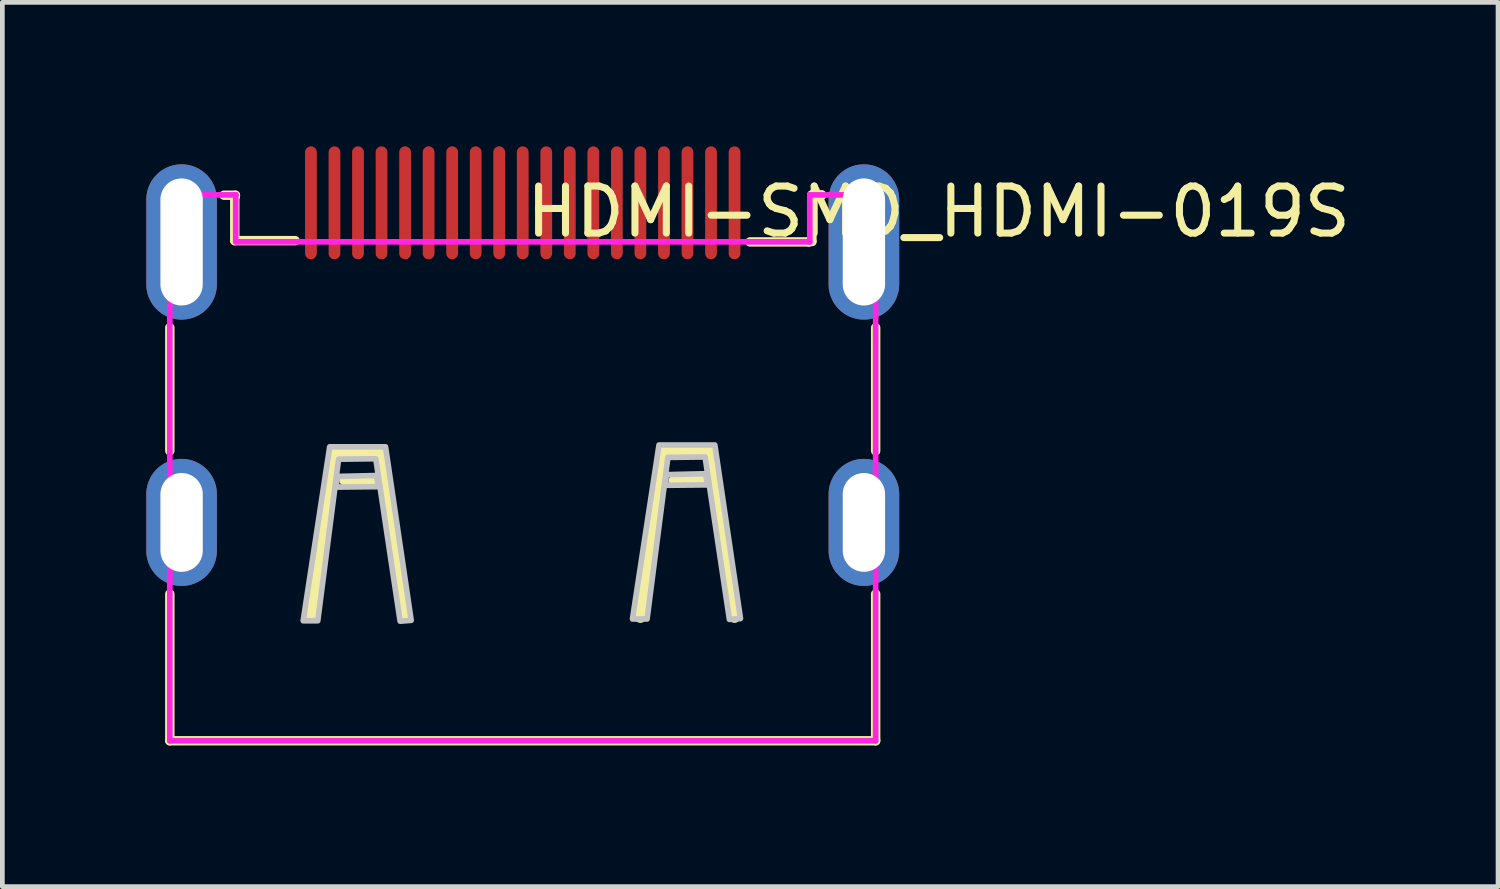
<source format=kicad_pcb>
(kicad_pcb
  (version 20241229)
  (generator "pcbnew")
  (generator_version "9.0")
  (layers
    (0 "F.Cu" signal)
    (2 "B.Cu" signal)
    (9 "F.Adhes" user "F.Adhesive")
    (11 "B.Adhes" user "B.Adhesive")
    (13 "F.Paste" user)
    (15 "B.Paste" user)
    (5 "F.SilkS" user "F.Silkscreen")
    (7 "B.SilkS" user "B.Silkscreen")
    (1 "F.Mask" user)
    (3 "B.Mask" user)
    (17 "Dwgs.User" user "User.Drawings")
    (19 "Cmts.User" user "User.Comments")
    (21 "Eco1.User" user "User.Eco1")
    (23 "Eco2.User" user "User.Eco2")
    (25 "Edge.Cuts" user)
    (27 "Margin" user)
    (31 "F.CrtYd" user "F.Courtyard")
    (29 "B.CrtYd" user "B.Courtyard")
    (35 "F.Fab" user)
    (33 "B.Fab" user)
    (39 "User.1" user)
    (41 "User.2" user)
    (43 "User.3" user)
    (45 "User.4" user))
  (footprint "HDMI-SMD_HDMI-019S"
    (layer "F.Cu")
    (at 8.059 4.656)
    (property "Reference" "HDMI-SMD_HDMI-019S" (at 0 -3.207 0) (layer "F.SilkS") (effects (font (size 1 1) (thickness 0.15)) (justify left)))
    (attr through_hole)
    (fp_line (start -7.5 1.875) (end -7.5 -0.743) (stroke (width 0.2) (type solid)) (layer "F.SilkS"))
    (fp_line (start -7.5 8.036) (end -7.5 4.917) (stroke (width 0.2) (type solid)) (layer "F.SilkS"))
    (fp_line (start -7.5 8.036) (end 7.5 8.036) (stroke (width 0.2) (type solid)) (layer "F.SilkS"))
    (fp_line (start -6.35 -3.557) (end -6.107 -3.557) (stroke (width 0.2) (type solid)) (layer "F.SilkS"))
    (fp_line (start -6.12 -3.545) (end -6.12 -2.592) (stroke (width 0.2) (type solid)) (layer "F.SilkS"))
    (fp_line (start -6.12 -2.592) (end -4.837 -2.592) (stroke (width 0.2) (type solid)) (layer "F.SilkS"))
    (fp_line (start -6.107 -3.557) (end -6.107 -3.545) (stroke (width 0.2) (type solid)) (layer "F.SilkS"))
    (fp_line (start -6.107 -3.545) (end -6.12 -3.545) (stroke (width 0.2) (type solid)) (layer "F.SilkS"))
    (fp_line (start -4 1.904) (end -4.5 5.404) (stroke (width 0.254) (type solid)) (layer "F.SilkS"))
    (fp_line (start -3.2 2.504) (end -3.8 2.504) (stroke (width 0.2) (type solid)) (layer "F.SilkS"))
    (fp_line (start -3 1.904) (end -4 1.904) (stroke (width 0.254) (type solid)) (layer "F.SilkS"))
    (fp_line (start -2.5 5.404) (end -3 1.904) (stroke (width 0.254) (type solid)) (layer "F.SilkS"))
    (fp_line (start 2.5 5.404) (end 3 1.904) (stroke (width 0.254) (type solid)) (layer "F.SilkS"))
    (fp_line (start 3 1.904) (end 4 1.904) (stroke (width 0.254) (type solid)) (layer "F.SilkS"))
    (fp_line (start 3.2 2.504) (end 3.8 2.504) (stroke (width 0.2) (type solid)) (layer "F.SilkS"))
    (fp_line (start 4 1.904) (end 4.5 5.404) (stroke (width 0.254) (type solid)) (layer "F.SilkS"))
    (fp_line (start 4.83 -2.565) (end 6.08 -2.565) (stroke (width 0.2) (type solid)) (layer "F.SilkS"))
    (fp_line (start 6.08 -2.575) (end 6.145 -2.575) (stroke (width 0.2) (type solid)) (layer "F.SilkS"))
    (fp_line (start 6.08 -2.565) (end 6.08 -2.575) (stroke (width 0.2) (type solid)) (layer "F.SilkS"))
    (fp_line (start 6.145 -3.563) (end 6.352 -3.563) (stroke (width 0.2) (type solid)) (layer "F.SilkS"))
    (fp_line (start 6.145 -2.575) (end 6.145 -3.563) (stroke (width 0.2) (type solid)) (layer "F.SilkS"))
    (fp_line (start 6.352 -3.563) (end 6.352 -3.556) (stroke (width 0.2) (type solid)) (layer "F.SilkS"))
    (fp_line (start 7.5 1.876) (end 7.5 -0.743) (stroke (width 0.2) (type solid)) (layer "F.SilkS"))
    (fp_line (start 7.5 8.036) (end 7.5 4.917) (stroke (width 0.2) (type solid)) (layer "F.SilkS"))
    (fp_poly (pts (xy -7.999 -3.464) (xy -7.985 -3.61) (xy -7.942 -3.751) (xy -7.873 -3.88) (xy -7.779 -3.994) (xy -7.666 -4.087) (xy -7.536 -4.157) (xy -7.395 -4.199) (xy -7.249 -4.214) (xy -7.103 -4.199) (xy -6.962 -4.157) (xy -6.832 -4.087) (xy -6.719 -3.994) (xy -6.626 -3.88) (xy -6.556 -3.751) (xy -6.514 -3.61) (xy -6.499 -3.464) (xy -6.499 -1.664) (xy -6.514 -1.517) (xy -6.556 -1.377) (xy -6.626 -1.247) (xy -6.719 -1.133) (xy -6.832 -1.04) (xy -6.962 -0.971) (xy -7.103 -0.928) (xy -7.249 -0.914) (xy -7.395 -0.928) (xy -7.536 -0.971) (xy -7.666 -1.04) (xy -7.779 -1.133) (xy -7.873 -1.247) (xy -7.942 -1.377) (xy -7.985 -1.517) (xy -7.999 -1.664)) (stroke (width 0.12) (type solid)) (fill yes) (layer "F.Paste"))
    (fp_poly (pts (xy -7.999 2.836) (xy -7.985 2.689) (xy -7.942 2.549) (xy -7.873 2.419) (xy -7.779 2.305) (xy -7.666 2.212) (xy -7.536 2.143) (xy -7.395 2.1) (xy -7.249 2.086) (xy -7.103 2.1) (xy -6.962 2.143) (xy -6.832 2.212) (xy -6.719 2.305) (xy -6.626 2.419) (xy -6.556 2.549) (xy -6.514 2.689) (xy -6.499 2.836) (xy -6.499 4.036) (xy -6.514 4.182) (xy -6.556 4.323) (xy -6.626 4.452) (xy -6.719 4.566) (xy -6.832 4.659) (xy -6.962 4.729) (xy -7.103 4.771) (xy -7.249 4.786) (xy -7.395 4.771) (xy -7.536 4.729) (xy -7.666 4.659) (xy -7.779 4.566) (xy -7.873 4.452) (xy -7.942 4.323) (xy -7.985 4.182) (xy -7.999 4.036)) (stroke (width 0.12) (type solid)) (fill yes) (layer "F.Paste"))
    (fp_poly (pts (xy -4.626 -4.471) (xy -4.624 -4.496) (xy -4.616 -4.519) (xy -4.605 -4.541) (xy -4.589 -4.56) (xy -4.57 -4.575) (xy -4.549 -4.587) (xy -4.525 -4.594) (xy -4.501 -4.596) (xy -4.477 -4.594) (xy -4.453 -4.587) (xy -4.431 -4.575) (xy -4.413 -4.56) (xy -4.397 -4.541) (xy -4.385 -4.519) (xy -4.378 -4.496) (xy -4.376 -4.471) (xy -4.376 -2.321) (xy -4.378 -2.297) (xy -4.385 -2.273) (xy -4.397 -2.252) (xy -4.413 -2.233) (xy -4.431 -2.217) (xy -4.453 -2.206) (xy -4.477 -2.199) (xy -4.501 -2.196) (xy -4.525 -2.199) (xy -4.549 -2.206) (xy -4.57 -2.217) (xy -4.589 -2.233) (xy -4.605 -2.252) (xy -4.616 -2.273) (xy -4.624 -2.297) (xy -4.626 -2.321)) (stroke (width 0.12) (type solid)) (fill yes) (layer "F.Paste"))
    (fp_poly (pts (xy -4.126 -4.471) (xy -4.123 -4.496) (xy -4.116 -4.519) (xy -4.105 -4.541) (xy -4.089 -4.56) (xy -4.07 -4.575) (xy -4.049 -4.587) (xy -4.025 -4.594) (xy -4.001 -4.596) (xy -3.976 -4.594) (xy -3.953 -4.587) (xy -3.931 -4.575) (xy -3.912 -4.56) (xy -3.897 -4.541) (xy -3.885 -4.519) (xy -3.878 -4.496) (xy -3.876 -4.471) (xy -3.876 -2.321) (xy -3.878 -2.297) (xy -3.885 -2.273) (xy -3.897 -2.252) (xy -3.912 -2.233) (xy -3.931 -2.217) (xy -3.953 -2.206) (xy -3.976 -2.199) (xy -4.001 -2.196) (xy -4.025 -2.199) (xy -4.049 -2.206) (xy -4.07 -2.217) (xy -4.089 -2.233) (xy -4.105 -2.252) (xy -4.116 -2.273) (xy -4.123 -2.297) (xy -4.126 -2.321)) (stroke (width 0.12) (type solid)) (fill yes) (layer "F.Paste"))
    (fp_poly (pts (xy -3.626 -4.471) (xy -3.623 -4.496) (xy -3.616 -4.519) (xy -3.605 -4.541) (xy -3.589 -4.56) (xy -3.57 -4.575) (xy -3.549 -4.587) (xy -3.525 -4.594) (xy -3.501 -4.596) (xy -3.476 -4.594) (xy -3.453 -4.587) (xy -3.431 -4.575) (xy -3.412 -4.56) (xy -3.397 -4.541) (xy -3.385 -4.519) (xy -3.378 -4.496) (xy -3.376 -4.471) (xy -3.376 -2.321) (xy -3.378 -2.297) (xy -3.385 -2.273) (xy -3.397 -2.252) (xy -3.412 -2.233) (xy -3.431 -2.217) (xy -3.453 -2.206) (xy -3.476 -2.199) (xy -3.501 -2.196) (xy -3.525 -2.199) (xy -3.549 -2.206) (xy -3.57 -2.217) (xy -3.589 -2.233) (xy -3.605 -2.252) (xy -3.616 -2.273) (xy -3.623 -2.297) (xy -3.626 -2.321)) (stroke (width 0.12) (type solid)) (fill yes) (layer "F.Paste"))
    (fp_poly (pts (xy -3.126 -4.471) (xy -3.123 -4.496) (xy -3.116 -4.519) (xy -3.105 -4.541) (xy -3.089 -4.56) (xy -3.07 -4.575) (xy -3.048 -4.587) (xy -3.025 -4.594) (xy -3.001 -4.596) (xy -2.976 -4.594) (xy -2.953 -4.587) (xy -2.931 -4.575) (xy -2.912 -4.56) (xy -2.897 -4.541) (xy -2.885 -4.519) (xy -2.878 -4.496) (xy -2.876 -4.471) (xy -2.876 -2.321) (xy -2.878 -2.297) (xy -2.885 -2.273) (xy -2.897 -2.252) (xy -2.912 -2.233) (xy -2.931 -2.217) (xy -2.953 -2.206) (xy -2.976 -2.199) (xy -3.001 -2.196) (xy -3.025 -2.199) (xy -3.048 -2.206) (xy -3.07 -2.217) (xy -3.089 -2.233) (xy -3.105 -2.252) (xy -3.116 -2.273) (xy -3.123 -2.297) (xy -3.126 -2.321)) (stroke (width 0.12) (type solid)) (fill yes) (layer "F.Paste"))
    (fp_poly (pts (xy -2.625 -4.471) (xy -2.623 -4.496) (xy -2.616 -4.519) (xy -2.604 -4.541) (xy -2.589 -4.56) (xy -2.57 -4.575) (xy -2.548 -4.587) (xy -2.525 -4.594) (xy -2.5 -4.596) (xy -2.476 -4.594) (xy -2.453 -4.587) (xy -2.431 -4.575) (xy -2.412 -4.56) (xy -2.397 -4.541) (xy -2.385 -4.519) (xy -2.378 -4.496) (xy -2.375 -4.471) (xy -2.375 -2.321) (xy -2.378 -2.297) (xy -2.385 -2.273) (xy -2.397 -2.252) (xy -2.412 -2.233) (xy -2.431 -2.217) (xy -2.453 -2.206) (xy -2.476 -2.199) (xy -2.5 -2.196) (xy -2.525 -2.199) (xy -2.548 -2.206) (xy -2.57 -2.217) (xy -2.589 -2.233) (xy -2.604 -2.252) (xy -2.616 -2.273) (xy -2.623 -2.297) (xy -2.625 -2.321)) (stroke (width 0.12) (type solid)) (fill yes) (layer "F.Paste"))
    (fp_poly (pts (xy -2.125 -4.471) (xy -2.123 -4.496) (xy -2.116 -4.519) (xy -2.104 -4.541) (xy -2.089 -4.56) (xy -2.07 -4.575) (xy -2.048 -4.587) (xy -2.025 -4.594) (xy -2 -4.596) (xy -1.976 -4.594) (xy -1.953 -4.587) (xy -1.931 -4.575) (xy -1.912 -4.56) (xy -1.896 -4.541) (xy -1.885 -4.519) (xy -1.878 -4.496) (xy -1.875 -4.471) (xy -1.875 -2.321) (xy -1.878 -2.297) (xy -1.885 -2.273) (xy -1.896 -2.252) (xy -1.912 -2.233) (xy -1.931 -2.217) (xy -1.953 -2.206) (xy -1.976 -2.199) (xy -2 -2.196) (xy -2.025 -2.199) (xy -2.048 -2.206) (xy -2.07 -2.217) (xy -2.089 -2.233) (xy -2.104 -2.252) (xy -2.116 -2.273) (xy -2.123 -2.297) (xy -2.125 -2.321)) (stroke (width 0.12) (type solid)) (fill yes) (layer "F.Paste"))
    (fp_poly (pts (xy -1.625 -4.471) (xy -1.623 -4.496) (xy -1.616 -4.519) (xy -1.604 -4.541) (xy -1.589 -4.56) (xy -1.57 -4.575) (xy -1.548 -4.587) (xy -1.525 -4.594) (xy -1.5 -4.596) (xy -1.476 -4.594) (xy -1.452 -4.587) (xy -1.431 -4.575) (xy -1.412 -4.56) (xy -1.396 -4.541) (xy -1.385 -4.519) (xy -1.378 -4.496) (xy -1.375 -4.471) (xy -1.375 -2.321) (xy -1.378 -2.297) (xy -1.385 -2.273) (xy -1.396 -2.252) (xy -1.412 -2.233) (xy -1.431 -2.217) (xy -1.452 -2.206) (xy -1.476 -2.199) (xy -1.5 -2.196) (xy -1.525 -2.199) (xy -1.548 -2.206) (xy -1.57 -2.217) (xy -1.589 -2.233) (xy -1.604 -2.252) (xy -1.616 -2.273) (xy -1.623 -2.297) (xy -1.625 -2.321)) (stroke (width 0.12) (type solid)) (fill yes) (layer "F.Paste"))
    (fp_poly (pts (xy -1.125 -4.471) (xy -1.122 -4.496) (xy -1.115 -4.519) (xy -1.103 -4.54) (xy -1.087 -4.559) (xy -1.068 -4.574) (xy -1.046 -4.586) (xy -1.023 -4.592) (xy -0.998 -4.594) (xy -0.974 -4.592) (xy -0.951 -4.584) (xy -0.929 -4.572) (xy -0.911 -4.557) (xy -0.895 -4.537) (xy -0.884 -4.516) (xy -0.877 -4.492) (xy -0.875 -4.471) (xy -0.875 -2.321) (xy -0.878 -2.297) (xy -0.885 -2.274) (xy -0.897 -2.252) (xy -0.913 -2.233) (xy -0.932 -2.218) (xy -0.954 -2.207) (xy -0.978 -2.2) (xy -1.002 -2.198) (xy -1.026 -2.201) (xy -1.05 -2.208) (xy -1.071 -2.22) (xy -1.09 -2.236) (xy -1.105 -2.255) (xy -1.116 -2.277) (xy -1.123 -2.3) (xy -1.125 -2.321)) (stroke (width 0.12) (type solid)) (fill yes) (layer "F.Paste"))
    (fp_poly (pts (xy -0.625 -4.471) (xy -0.622 -4.496) (xy -0.615 -4.519) (xy -0.603 -4.54) (xy -0.587 -4.559) (xy -0.568 -4.574) (xy -0.546 -4.586) (xy -0.523 -4.592) (xy -0.498 -4.594) (xy -0.474 -4.592) (xy -0.451 -4.584) (xy -0.429 -4.572) (xy -0.41 -4.557) (xy -0.395 -4.537) (xy -0.384 -4.516) (xy -0.377 -4.492) (xy -0.375 -4.471) (xy -0.375 -2.321) (xy -0.378 -2.297) (xy -0.385 -2.274) (xy -0.397 -2.252) (xy -0.413 -2.233) (xy -0.432 -2.218) (xy -0.454 -2.207) (xy -0.477 -2.2) (xy -0.502 -2.198) (xy -0.526 -2.201) (xy -0.55 -2.208) (xy -0.571 -2.22) (xy -0.59 -2.236) (xy -0.605 -2.255) (xy -0.616 -2.277) (xy -0.623 -2.3) (xy -0.625 -2.321)) (stroke (width 0.12) (type solid)) (fill yes) (layer "F.Paste"))
    (fp_poly (pts (xy -0.125 -4.471) (xy -0.123 -4.496) (xy -0.116 -4.519) (xy -0.104 -4.541) (xy -0.088 -4.56) (xy -0.069 -4.575) (xy -0.048 -4.587) (xy -0.024 -4.594) (xy 0 -4.596) (xy 0.024 -4.594) (xy 0.048 -4.587) (xy 0.069 -4.575) (xy 0.088 -4.56) (xy 0.104 -4.541) (xy 0.116 -4.519) (xy 0.123 -4.496) (xy 0.125 -4.471) (xy 0.125 -2.321) (xy 0.123 -2.297) (xy 0.116 -2.273) (xy 0.104 -2.252) (xy 0.088 -2.233) (xy 0.069 -2.217) (xy 0.048 -2.206) (xy 0.024 -2.199) (xy 0 -2.196) (xy -0.024 -2.199) (xy -0.048 -2.206) (xy -0.069 -2.217) (xy -0.088 -2.233) (xy -0.104 -2.252) (xy -0.116 -2.273) (xy -0.123 -2.297) (xy -0.125 -2.321)) (stroke (width 0.12) (type solid)) (fill yes) (layer "F.Paste"))
    (fp_poly (pts (xy 0.375 -4.471) (xy 0.377 -4.496) (xy 0.385 -4.519) (xy 0.396 -4.541) (xy 0.412 -4.56) (xy 0.431 -4.575) (xy 0.452 -4.587) (xy 0.476 -4.594) (xy 0.5 -4.596) (xy 0.525 -4.594) (xy 0.548 -4.587) (xy 0.57 -4.575) (xy 0.589 -4.56) (xy 0.604 -4.541) (xy 0.616 -4.519) (xy 0.623 -4.496) (xy 0.625 -4.471) (xy 0.625 -2.321) (xy 0.623 -2.297) (xy 0.616 -2.273) (xy 0.604 -2.252) (xy 0.589 -2.233) (xy 0.57 -2.217) (xy 0.548 -2.206) (xy 0.525 -2.199) (xy 0.5 -2.196) (xy 0.476 -2.199) (xy 0.452 -2.206) (xy 0.431 -2.217) (xy 0.412 -2.233) (xy 0.396 -2.252) (xy 0.385 -2.273) (xy 0.377 -2.297) (xy 0.375 -2.321)) (stroke (width 0.12) (type solid)) (fill yes) (layer "F.Paste"))
    (fp_poly (pts (xy 0.875 -4.471) (xy 0.878 -4.496) (xy 0.885 -4.519) (xy 0.896 -4.541) (xy 0.912 -4.56) (xy 0.931 -4.575) (xy 0.952 -4.587) (xy 0.976 -4.594) (xy 1 -4.596) (xy 1.025 -4.594) (xy 1.048 -4.587) (xy 1.07 -4.575) (xy 1.089 -4.56) (xy 1.104 -4.541) (xy 1.116 -4.519) (xy 1.123 -4.496) (xy 1.125 -4.471) (xy 1.125 -2.321) (xy 1.123 -2.297) (xy 1.116 -2.273) (xy 1.104 -2.252) (xy 1.089 -2.233) (xy 1.07 -2.217) (xy 1.048 -2.206) (xy 1.025 -2.199) (xy 1 -2.196) (xy 0.976 -2.199) (xy 0.952 -2.206) (xy 0.931 -2.217) (xy 0.912 -2.233) (xy 0.896 -2.252) (xy 0.885 -2.273) (xy 0.878 -2.297) (xy 0.875 -2.321)) (stroke (width 0.12) (type solid)) (fill yes) (layer "F.Paste"))
    (fp_poly (pts (xy 1.375 -4.471) (xy 1.378 -4.496) (xy 1.385 -4.519) (xy 1.396 -4.541) (xy 1.412 -4.56) (xy 1.431 -4.575) (xy 1.452 -4.587) (xy 1.476 -4.594) (xy 1.5 -4.596) (xy 1.525 -4.594) (xy 1.548 -4.587) (xy 1.57 -4.575) (xy 1.589 -4.56) (xy 1.604 -4.541) (xy 1.616 -4.519) (xy 1.623 -4.496) (xy 1.625 -4.471) (xy 1.625 -2.321) (xy 1.623 -2.297) (xy 1.616 -2.273) (xy 1.604 -2.252) (xy 1.589 -2.233) (xy 1.57 -2.217) (xy 1.548 -2.206) (xy 1.525 -2.199) (xy 1.5 -2.196) (xy 1.476 -2.199) (xy 1.452 -2.206) (xy 1.431 -2.217) (xy 1.412 -2.233) (xy 1.396 -2.252) (xy 1.385 -2.273) (xy 1.378 -2.297) (xy 1.375 -2.321)) (stroke (width 0.12) (type solid)) (fill yes) (layer "F.Paste"))
    (fp_poly (pts (xy 1.875 -4.471) (xy 1.878 -4.496) (xy 1.885 -4.519) (xy 1.896 -4.541) (xy 1.912 -4.56) (xy 1.931 -4.575) (xy 1.953 -4.587) (xy 1.976 -4.594) (xy 2 -4.596) (xy 2.025 -4.594) (xy 2.048 -4.587) (xy 2.07 -4.575) (xy 2.089 -4.56) (xy 2.104 -4.541) (xy 2.116 -4.519) (xy 2.123 -4.496) (xy 2.125 -4.471) (xy 2.125 -2.321) (xy 2.123 -2.297) (xy 2.116 -2.273) (xy 2.104 -2.252) (xy 2.089 -2.233) (xy 2.07 -2.217) (xy 2.048 -2.206) (xy 2.025 -2.199) (xy 2 -2.196) (xy 1.976 -2.199) (xy 1.953 -2.206) (xy 1.931 -2.217) (xy 1.912 -2.233) (xy 1.896 -2.252) (xy 1.885 -2.273) (xy 1.878 -2.297) (xy 1.875 -2.321)) (stroke (width 0.12) (type solid)) (fill yes) (layer "F.Paste"))
    (fp_poly (pts (xy 2.375 -4.471) (xy 2.378 -4.496) (xy 2.385 -4.519) (xy 2.397 -4.541) (xy 2.412 -4.56) (xy 2.431 -4.575) (xy 2.453 -4.587) (xy 2.476 -4.594) (xy 2.5 -4.596) (xy 2.525 -4.594) (xy 2.548 -4.587) (xy 2.57 -4.575) (xy 2.589 -4.56) (xy 2.604 -4.541) (xy 2.616 -4.519) (xy 2.623 -4.496) (xy 2.625 -4.471) (xy 2.625 -2.321) (xy 2.623 -2.297) (xy 2.616 -2.273) (xy 2.604 -2.252) (xy 2.589 -2.233) (xy 2.57 -2.217) (xy 2.548 -2.206) (xy 2.525 -2.199) (xy 2.5 -2.196) (xy 2.476 -2.199) (xy 2.453 -2.206) (xy 2.431 -2.217) (xy 2.412 -2.233) (xy 2.397 -2.252) (xy 2.385 -2.273) (xy 2.378 -2.297) (xy 2.375 -2.321)) (stroke (width 0.12) (type solid)) (fill yes) (layer "F.Paste"))
    (fp_poly (pts (xy 2.876 -4.471) (xy 2.878 -4.496) (xy 2.885 -4.519) (xy 2.897 -4.541) (xy 2.912 -4.56) (xy 2.931 -4.575) (xy 2.953 -4.587) (xy 2.976 -4.594) (xy 3.001 -4.596) (xy 3.025 -4.594) (xy 3.048 -4.587) (xy 3.07 -4.575) (xy 3.089 -4.56) (xy 3.105 -4.541) (xy 3.116 -4.519) (xy 3.123 -4.496) (xy 3.126 -4.471) (xy 3.126 -2.321) (xy 3.123 -2.297) (xy 3.116 -2.273) (xy 3.105 -2.252) (xy 3.089 -2.233) (xy 3.07 -2.217) (xy 3.048 -2.206) (xy 3.025 -2.199) (xy 3.001 -2.196) (xy 2.976 -2.199) (xy 2.953 -2.206) (xy 2.931 -2.217) (xy 2.912 -2.233) (xy 2.897 -2.252) (xy 2.885 -2.273) (xy 2.878 -2.297) (xy 2.876 -2.321)) (stroke (width 0.12) (type solid)) (fill yes) (layer "F.Paste"))
    (fp_poly (pts (xy 3.376 -4.471) (xy 3.378 -4.496) (xy 3.385 -4.519) (xy 3.397 -4.541) (xy 3.412 -4.56) (xy 3.431 -4.575) (xy 3.453 -4.587) (xy 3.476 -4.594) (xy 3.501 -4.596) (xy 3.525 -4.594) (xy 3.549 -4.587) (xy 3.57 -4.575) (xy 3.589 -4.56) (xy 3.605 -4.541) (xy 3.616 -4.519) (xy 3.623 -4.496) (xy 3.626 -4.471) (xy 3.626 -2.321) (xy 3.623 -2.297) (xy 3.616 -2.273) (xy 3.605 -2.252) (xy 3.589 -2.233) (xy 3.57 -2.217) (xy 3.549 -2.206) (xy 3.525 -2.199) (xy 3.501 -2.196) (xy 3.476 -2.199) (xy 3.453 -2.206) (xy 3.431 -2.217) (xy 3.412 -2.233) (xy 3.397 -2.252) (xy 3.385 -2.273) (xy 3.378 -2.297) (xy 3.376 -2.321)) (stroke (width 0.12) (type solid)) (fill yes) (layer "F.Paste"))
    (fp_poly (pts (xy 3.876 -4.471) (xy 3.878 -4.496) (xy 3.885 -4.519) (xy 3.897 -4.541) (xy 3.912 -4.56) (xy 3.931 -4.575) (xy 3.953 -4.587) (xy 3.976 -4.594) (xy 4.001 -4.596) (xy 4.025 -4.594) (xy 4.049 -4.587) (xy 4.07 -4.575) (xy 4.089 -4.56) (xy 4.105 -4.541) (xy 4.116 -4.519) (xy 4.123 -4.496) (xy 4.126 -4.471) (xy 4.126 -2.321) (xy 4.123 -2.297) (xy 4.116 -2.273) (xy 4.105 -2.252) (xy 4.089 -2.233) (xy 4.07 -2.217) (xy 4.049 -2.206) (xy 4.025 -2.199) (xy 4.001 -2.196) (xy 3.976 -2.199) (xy 3.953 -2.206) (xy 3.931 -2.217) (xy 3.912 -2.233) (xy 3.897 -2.252) (xy 3.885 -2.273) (xy 3.878 -2.297) (xy 3.876 -2.321)) (stroke (width 0.12) (type solid)) (fill yes) (layer "F.Paste"))
    (fp_poly (pts (xy 4.376 -4.471) (xy 4.378 -4.496) (xy 4.385 -4.519) (xy 4.397 -4.541) (xy 4.413 -4.56) (xy 4.431 -4.575) (xy 4.453 -4.587) (xy 4.477 -4.594) (xy 4.501 -4.596) (xy 4.525 -4.594) (xy 4.549 -4.587) (xy 4.57 -4.575) (xy 4.589 -4.56) (xy 4.605 -4.541) (xy 4.616 -4.519) (xy 4.624 -4.496) (xy 4.626 -4.471) (xy 4.626 -2.321) (xy 4.624 -2.297) (xy 4.616 -2.273) (xy 4.605 -2.252) (xy 4.589 -2.233) (xy 4.57 -2.217) (xy 4.549 -2.206) (xy 4.525 -2.199) (xy 4.501 -2.196) (xy 4.477 -2.199) (xy 4.453 -2.206) (xy 4.431 -2.217) (xy 4.413 -2.233) (xy 4.397 -2.252) (xy 4.385 -2.273) (xy 4.378 -2.297) (xy 4.376 -2.321)) (stroke (width 0.12) (type solid)) (fill yes) (layer "F.Paste"))
    (fp_poly (pts (xy 6.499 -3.464) (xy 6.514 -3.61) (xy 6.556 -3.751) (xy 6.626 -3.88) (xy 6.719 -3.994) (xy 6.833 -4.087) (xy 6.962 -4.157) (xy 7.103 -4.199) (xy 7.249 -4.214) (xy 7.396 -4.199) (xy 7.536 -4.157) (xy 7.666 -4.087) (xy 7.78 -3.994) (xy 7.873 -3.88) (xy 7.942 -3.751) (xy 7.985 -3.61) (xy 7.999 -3.464) (xy 7.999 -1.664) (xy 7.985 -1.517) (xy 7.942 -1.377) (xy 7.873 -1.247) (xy 7.78 -1.133) (xy 7.666 -1.04) (xy 7.536 -0.971) (xy 7.396 -0.928) (xy 7.249 -0.914) (xy 7.103 -0.928) (xy 6.962 -0.971) (xy 6.833 -1.04) (xy 6.719 -1.133) (xy 6.626 -1.247) (xy 6.556 -1.377) (xy 6.514 -1.517) (xy 6.499 -1.664)) (stroke (width 0.12) (type solid)) (fill yes) (layer "F.Paste"))
    (fp_poly (pts (xy 6.499 2.836) (xy 6.514 2.689) (xy 6.556 2.549) (xy 6.626 2.419) (xy 6.719 2.305) (xy 6.833 2.212) (xy 6.962 2.143) (xy 7.103 2.1) (xy 7.249 2.086) (xy 7.396 2.1) (xy 7.536 2.143) (xy 7.666 2.212) (xy 7.78 2.305) (xy 7.873 2.419) (xy 7.942 2.549) (xy 7.985 2.689) (xy 7.999 2.836) (xy 7.999 4.036) (xy 7.985 4.182) (xy 7.942 4.323) (xy 7.873 4.452) (xy 7.78 4.566) (xy 7.666 4.659) (xy 7.536 4.729) (xy 7.396 4.771) (xy 7.249 4.786) (xy 7.103 4.771) (xy 6.962 4.729) (xy 6.833 4.659) (xy 6.719 4.566) (xy 6.626 4.452) (xy 6.556 4.323) (xy 6.514 4.182) (xy 6.499 4.036)) (stroke (width 0.12) (type solid)) (fill yes) (layer "F.Paste"))
    (fp_poly (pts (xy -3.951 2.419) (xy -3.114 2.4) (xy -3.067 2.636) (xy -3.961 2.645)) (stroke (width 0.12) (type solid)) (fill no) (layer "Dwgs.User"))
    (fp_poly (pts (xy 3.047 2.381) (xy 3.884 2.362) (xy 3.931 2.598) (xy 3.037 2.607)) (stroke (width 0.12) (type solid)) (fill no) (layer "Dwgs.User"))
    (fp_poly (pts (xy -4.666 5.486) (xy -4.356 5.486) (xy -3.914 2.052) (xy -3.123 2.043) (xy -2.606 5.495) (xy -2.371 5.477) (xy -2.916 1.789) (xy -4.102 1.789)) (stroke (width 0.12) (type solid)) (fill no) (layer "Dwgs.User"))
    (fp_poly (pts (xy 2.332 5.448) (xy 2.642 5.448) (xy 3.084 2.014) (xy 3.875 2.005) (xy 4.392 5.457) (xy 4.627 5.439) (xy 4.082 1.751) (xy 2.896 1.751)) (stroke (width 0.12) (type solid)) (fill no) (layer "Dwgs.User"))
    (fp_circle (center 7.5 -3.596) (end 7.53 -3.596) (stroke (width 0.06) (type solid)) (fill no) (layer "Eco2.User"))
    (fp_poly (pts (xy -7.5 -3.564) (xy -7 -3.564) (xy -7 -1.564) (xy -7.5 -1.564)) (stroke (width 0.12) (type solid)) (fill no) (layer "Eco2.User"))
    (fp_poly (pts (xy -7.5 2.896) (xy -7 2.896) (xy -7 3.896) (xy -7.5 3.896)) (stroke (width 0.12) (type solid)) (fill no) (layer "Eco2.User"))
    (fp_poly (pts (xy -4.611 -3.596) (xy -4.391 -3.596) (xy -4.391 -2.496) (xy -4.611 -2.496)) (stroke (width 0.12) (type solid)) (fill no) (layer "Eco2.User"))
    (fp_poly (pts (xy -4.111 -3.596) (xy -3.891 -3.596) (xy -3.891 -2.496) (xy -4.111 -2.496)) (stroke (width 0.12) (type solid)) (fill no) (layer "Eco2.User"))
    (fp_poly (pts (xy -3.611 -3.596) (xy -3.391 -3.596) (xy -3.391 -2.496) (xy -3.611 -2.496)) (stroke (width 0.12) (type solid)) (fill no) (layer "Eco2.User"))
    (fp_poly (pts (xy -3.111 -3.596) (xy -2.891 -3.596) (xy -2.891 -2.496) (xy -3.111 -2.496)) (stroke (width 0.12) (type solid)) (fill no) (layer "Eco2.User"))
    (fp_poly (pts (xy -2.61 -3.596) (xy -2.39 -3.596) (xy -2.39 -2.496) (xy -2.61 -2.496)) (stroke (width 0.12) (type solid)) (fill no) (layer "Eco2.User"))
    (fp_poly (pts (xy -2.11 -3.596) (xy -1.89 -3.596) (xy -1.89 -2.496) (xy -2.11 -2.496)) (stroke (width 0.12) (type solid)) (fill no) (layer "Eco2.User"))
    (fp_poly (pts (xy -1.61 -3.596) (xy -1.39 -3.596) (xy -1.39 -2.496) (xy -1.61 -2.496)) (stroke (width 0.12) (type solid)) (fill no) (layer "Eco2.User"))
    (fp_poly (pts (xy -1.11 -3.596) (xy -0.89 -3.596) (xy -0.89 -2.496) (xy -1.11 -2.496)) (stroke (width 0.12) (type solid)) (fill no) (layer "Eco2.User"))
    (fp_poly (pts (xy -0.61 -3.596) (xy -0.39 -3.596) (xy -0.39 -2.496) (xy -0.61 -2.496)) (stroke (width 0.12) (type solid)) (fill no) (layer "Eco2.User"))
    (fp_poly (pts (xy -0.11 -3.596) (xy 0.11 -3.596) (xy 0.11 -2.496) (xy -0.11 -2.496)) (stroke (width 0.12) (type solid)) (fill no) (layer "Eco2.User"))
    (fp_poly (pts (xy 0.39 -3.596) (xy 0.61 -3.596) (xy 0.61 -2.496) (xy 0.39 -2.496)) (stroke (width 0.12) (type solid)) (fill no) (layer "Eco2.User"))
    (fp_poly (pts (xy 0.89 -3.596) (xy 1.11 -3.596) (xy 1.11 -2.496) (xy 0.89 -2.496)) (stroke (width 0.12) (type solid)) (fill no) (layer "Eco2.User"))
    (fp_poly (pts (xy 1.39 -3.596) (xy 1.61 -3.596) (xy 1.61 -2.496) (xy 1.39 -2.496)) (stroke (width 0.12) (type solid)) (fill no) (layer "Eco2.User"))
    (fp_poly (pts (xy 1.89 -3.596) (xy 2.11 -3.596) (xy 2.11 -2.496) (xy 1.89 -2.496)) (stroke (width 0.12) (type solid)) (fill no) (layer "Eco2.User"))
    (fp_poly (pts (xy 2.39 -3.596) (xy 2.61 -3.596) (xy 2.61 -2.496) (xy 2.39 -2.496)) (stroke (width 0.12) (type solid)) (fill no) (layer "Eco2.User"))
    (fp_poly (pts (xy 2.891 -3.596) (xy 3.111 -3.596) (xy 3.111 -2.496) (xy 2.891 -2.496)) (stroke (width 0.12) (type solid)) (fill no) (layer "Eco2.User"))
    (fp_poly (pts (xy 3.391 -3.596) (xy 3.611 -3.596) (xy 3.611 -2.496) (xy 3.391 -2.496)) (stroke (width 0.12) (type solid)) (fill no) (layer "Eco2.User"))
    (fp_poly (pts (xy 3.891 -3.596) (xy 4.111 -3.596) (xy 4.111 -2.496) (xy 3.891 -2.496)) (stroke (width 0.12) (type solid)) (fill no) (layer "Eco2.User"))
    (fp_poly (pts (xy 4.391 -3.596) (xy 4.611 -3.596) (xy 4.611 -2.496) (xy 4.391 -2.496)) (stroke (width 0.12) (type solid)) (fill no) (layer "Eco2.User"))
    (fp_poly (pts (xy 7 -3.564) (xy 7.5 -3.564) (xy 7.5 -1.564) (xy 7 -1.564)) (stroke (width 0.12) (type solid)) (fill no) (layer "Eco2.User"))
    (fp_poly (pts (xy 7 2.896) (xy 7.5 2.896) (xy 7.5 3.896) (xy 7 3.896)) (stroke (width 0.12) (type solid)) (fill no) (layer "Eco2.User"))
    (fp_line (start -7.5 -3.564) (end -6.1 -3.564) (stroke (width 0.12) (type solid)) (layer "F.CrtYd"))
    (fp_line (start -7.5 8.036) (end -7.5 -3.564) (stroke (width 0.12) (type solid)) (layer "F.CrtYd"))
    (fp_line (start -6.1 -3.564) (end -6.1 -3.564) (stroke (width 0.12) (type solid)) (layer "F.CrtYd"))
    (fp_line (start -6.1 -3.564) (end -6.1 -3.564) (stroke (width 0.12) (type solid)) (layer "F.CrtYd"))
    (fp_line (start -6.1 -3.564) (end -6.1 -2.567) (stroke (width 0.12) (type solid)) (layer "F.CrtYd"))
    (fp_line (start -6.1 -2.567) (end 6.1 -2.567) (stroke (width 0.12) (type solid)) (layer "F.CrtYd"))
    (fp_line (start 6.1 -3.564) (end 7.5 -3.564) (stroke (width 0.12) (type solid)) (layer "F.CrtYd"))
    (fp_line (start 6.1 -2.567) (end 6.1 -3.564) (stroke (width 0.12) (type solid)) (layer "F.CrtYd"))
    (fp_line (start 6.1 -2.567) (end 6.1 -2.567) (stroke (width 0.12) (type solid)) (layer "F.CrtYd"))
    (fp_line (start 7.5 -3.564) (end 7.5 -3.564) (stroke (width 0.12) (type solid)) (layer "F.CrtYd"))
    (fp_line (start 7.5 -3.564) (end 7.5 8.036) (stroke (width 0.12) (type solid)) (layer "F.CrtYd"))
    (fp_line (start 7.5 8.036) (end -7.5 8.036) (stroke (width 0.12) (type solid)) (layer "F.CrtYd"))
    (pad "1" smd oval (at 4.501 -3.396) (size 0.25 2.4) (layers "F.Cu" "F.Mask" "F.Paste"))
    (pad "2" smd oval (at 4.001 -3.396) (size 0.25 2.4) (layers "F.Cu" "F.Mask" "F.Paste"))
    (pad "3" smd oval (at 3.501 -3.396) (size 0.25 2.4) (layers "F.Cu" "F.Mask" "F.Paste"))
    (pad "4" smd oval (at 3.001 -3.396) (size 0.25 2.4) (layers "F.Cu" "F.Mask" "F.Paste"))
    (pad "5" smd oval (at 2.5 -3.396) (size 0.25 2.4) (layers "F.Cu" "F.Mask" "F.Paste"))
    (pad "6" smd oval (at 2 -3.396) (size 0.25 2.4) (layers "F.Cu" "F.Mask" "F.Paste"))
    (pad "7" smd oval (at 1.5 -3.396) (size 0.25 2.4) (layers "F.Cu" "F.Mask" "F.Paste"))
    (pad "8" smd oval (at 1 -3.396) (size 0.25 2.4) (layers "F.Cu" "F.Mask" "F.Paste"))
    (pad "9" smd oval (at 0.5 -3.396) (size 0.25 2.4) (layers "F.Cu" "F.Mask" "F.Paste"))
    (pad "10" smd oval (at 0 -3.396) (size 0.25 2.4) (layers "F.Cu" "F.Mask" "F.Paste"))
    (pad "11" smd oval (at -0.5 -3.396) (size 0.25 2.4) (layers "F.Cu" "F.Mask" "F.Paste"))
    (pad "12" smd oval (at -1 -3.396) (size 0.25 2.4) (layers "F.Cu" "F.Mask" "F.Paste"))
    (pad "13" smd oval (at -1.5 -3.396) (size 0.25 2.4) (layers "F.Cu" "F.Mask" "F.Paste"))
    (pad "14" smd oval (at -2 -3.396) (size 0.25 2.4) (layers "F.Cu" "F.Mask" "F.Paste"))
    (pad "15" smd oval (at -2.5 -3.396) (size 0.25 2.4) (layers "F.Cu" "F.Mask" "F.Paste"))
    (pad "16" smd oval (at -3.001 -3.396) (size 0.25 2.4) (layers "F.Cu" "F.Mask" "F.Paste"))
    (pad "17" smd oval (at -3.501 -3.396) (size 0.25 2.4) (layers "F.Cu" "F.Mask" "F.Paste"))
    (pad "18" smd oval (at -4.001 -3.396) (size 0.25 2.4) (layers "F.Cu" "F.Mask" "F.Paste"))
    (pad "19" smd oval (at -4.501 -3.396) (size 0.25 2.4) (layers "F.Cu" "F.Mask" "F.Paste"))
    (pad "20" thru_hole oval (at 7.25 3.396) (size 1.5 2.7) (drill oval 0.9 2.1) (layers "*.Cu" "*.Mask"))
    (pad "21" thru_hole oval (at -7.25 3.396) (size 1.5 2.7) (drill oval 0.9 2.1) (layers "*.Cu" "*.Mask"))
    (pad "22" thru_hole oval (at 7.25 -2.564) (size 1.5 3.3) (drill oval 0.9 2.7) (layers "*.Cu" "*.Mask"))
    (pad "23" thru_hole oval (at -7.25 -2.564) (size 1.5 3.3) (drill oval 0.9 2.7) (layers "*.Cu" "*.Mask")))
  (gr_rect
    (start -3 -3)
    (end 28.785 15.792)
    (stroke (width 0.1) (type default))
    (fill no)
    (layer "Edge.Cuts")))
</source>
